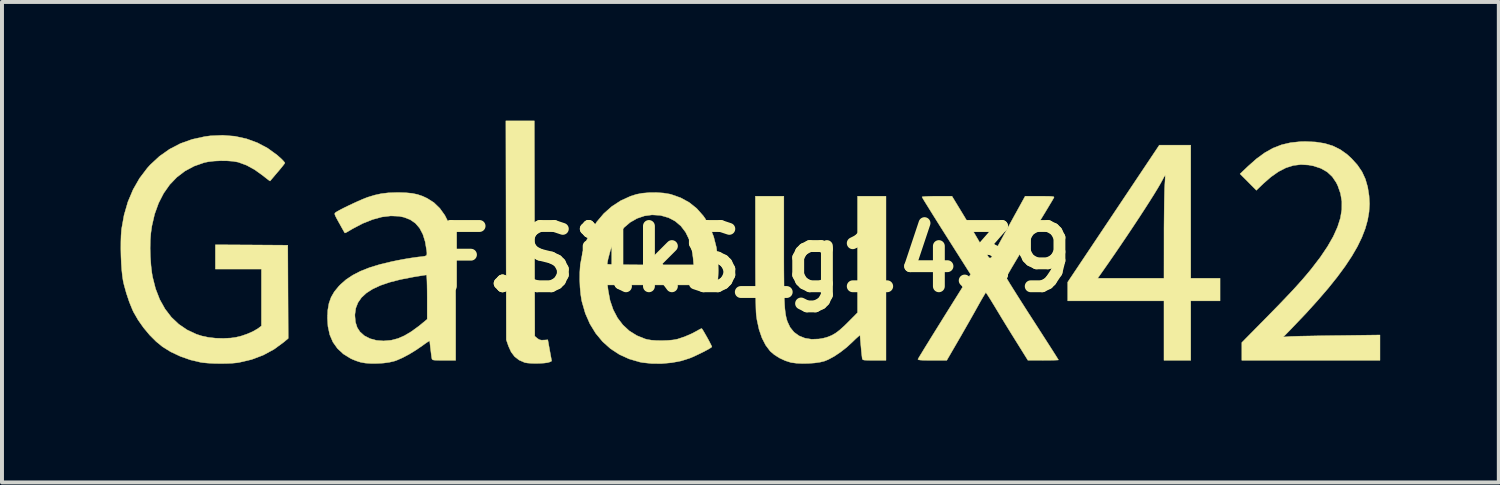
<source format=kicad_pcb>
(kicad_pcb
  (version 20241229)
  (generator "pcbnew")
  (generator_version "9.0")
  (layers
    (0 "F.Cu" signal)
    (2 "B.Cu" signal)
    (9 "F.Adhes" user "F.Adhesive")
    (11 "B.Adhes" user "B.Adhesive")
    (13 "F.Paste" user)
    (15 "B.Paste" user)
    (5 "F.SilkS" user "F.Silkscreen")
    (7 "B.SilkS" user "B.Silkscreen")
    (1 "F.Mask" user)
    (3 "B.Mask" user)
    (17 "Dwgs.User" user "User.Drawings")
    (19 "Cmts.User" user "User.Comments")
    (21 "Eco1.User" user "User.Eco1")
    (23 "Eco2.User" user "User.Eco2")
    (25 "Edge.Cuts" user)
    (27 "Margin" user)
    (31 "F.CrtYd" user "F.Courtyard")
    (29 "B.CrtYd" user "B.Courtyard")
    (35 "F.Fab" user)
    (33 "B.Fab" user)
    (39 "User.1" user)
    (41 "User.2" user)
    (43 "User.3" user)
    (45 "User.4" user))
  (footprint "F.SilkS_g1439"
    (layer "F.Cu")
    (at 16.005 3.498)
    (property "Reference" "F.SilkS_g1439" (at 0 0 0) (layer "F.SilkS") (effects (font (size 1.524 1.524) (thickness 0.3))))
    (attr through_hole)
    (fp_poly (pts (xy -5.541 -0.771) (xy -5.535 1.951) (xy -5.474 2.004) (xy -5.425 2.037) (xy -5.374 2.051) (xy -5.31 2.05) (xy -5.25 2.046) (xy -5.213 2.043) (xy -5.206 2.043) (xy -5.202 2.062) (xy -5.192 2.116) (xy -5.178 2.195) (xy -5.16 2.293) (xy -5.157 2.311) (xy -5.108 2.579) (xy -5.163 2.606) (xy -5.216 2.62) (xy -5.299 2.631) (xy -5.402 2.637) (xy -5.514 2.64) (xy -5.622 2.637) (xy -5.716 2.63) (xy -5.785 2.619) (xy -5.793 2.616) (xy -5.932 2.555) (xy -6.044 2.468) (xy -6.132 2.352) (xy -6.201 2.201) (xy -6.207 2.182) (xy -6.255 2.043) (xy -6.261 -0.725) (xy -6.266 -3.493) (xy -5.546 -3.493) (xy -5.541 -0.771)) (stroke (width 0.01) (type solid)) (fill yes) (layer "F.SilkS"))
    (fp_poly (pts (xy 11.049 0.487) (xy 11.79 0.487) (xy 11.79 1.058) (xy 11.049 1.058) (xy 11.049 2.561) (xy 10.372 2.561) (xy 10.372 1.058) (xy 7.938 1.058) (xy 7.938 0.585) (xy 8.003 0.487) (xy 8.696 0.487) (xy 10.372 0.487) (xy 10.373 -0.566) (xy 10.373 -0.783) (xy 10.375 -0.995) (xy 10.377 -1.197) (xy 10.379 -1.383) (xy 10.382 -1.548) (xy 10.385 -1.687) (xy 10.388 -1.794) (xy 10.392 -1.863) (xy 10.398 -1.959) (xy 10.402 -2.039) (xy 10.404 -2.093) (xy 10.403 -2.113) (xy 10.39 -2.1) (xy 10.365 -2.059) (xy 10.339 -2.009) (xy 10.287 -1.914) (xy 10.214 -1.789) (xy 10.121 -1.636) (xy 10.01 -1.46) (xy 9.885 -1.265) (xy 9.747 -1.053) (xy 9.599 -0.829) (xy 9.444 -0.597) (xy 9.283 -0.359) (xy 9.12 -0.12) (xy 8.956 0.117) (xy 8.795 0.347) (xy 8.789 0.355) (xy 8.696 0.487) (xy 8.003 0.487) (xy 9.096 -1.147) (xy 10.254 -2.879) (xy 11.049 -2.879) (xy 11.049 0.487)) (stroke (width 0.01) (type solid)) (fill yes) (layer "F.SilkS"))
    (fp_poly (pts (xy 14.208 -2.958) (xy 14.436 -2.922) (xy 14.64 -2.86) (xy 14.825 -2.769) (xy 14.997 -2.648) (xy 15.115 -2.54) (xy 15.264 -2.375) (xy 15.379 -2.205) (xy 15.463 -2.023) (xy 15.522 -1.819) (xy 15.557 -1.597) (xy 15.568 -1.395) (xy 15.556 -1.191) (xy 15.52 -0.982) (xy 15.46 -0.768) (xy 15.374 -0.546) (xy 15.262 -0.315) (xy 15.121 -0.072) (xy 14.952 0.183) (xy 14.753 0.453) (xy 14.523 0.74) (xy 14.261 1.044) (xy 13.967 1.369) (xy 13.638 1.714) (xy 13.57 1.785) (xy 13.388 1.972) (xy 13.536 1.96) (xy 13.586 1.957) (xy 13.674 1.955) (xy 13.795 1.951) (xy 13.944 1.948) (xy 14.116 1.945) (xy 14.307 1.941) (xy 14.512 1.938) (xy 14.726 1.935) (xy 14.758 1.935) (xy 15.833 1.921) (xy 15.833 2.561) (xy 12.34 2.561) (xy 12.34 2.111) (xy 12.906 1.537) (xy 13.124 1.315) (xy 13.315 1.119) (xy 13.482 0.944) (xy 13.629 0.789) (xy 13.758 0.647) (xy 13.874 0.517) (xy 13.979 0.394) (xy 14.078 0.275) (xy 14.107 0.239) (xy 14.326 -0.047) (xy 14.507 -0.316) (xy 14.652 -0.569) (xy 14.76 -0.809) (xy 14.832 -1.035) (xy 14.868 -1.251) (xy 14.869 -1.457) (xy 14.835 -1.656) (xy 14.768 -1.848) (xy 14.727 -1.933) (xy 14.626 -2.082) (xy 14.498 -2.201) (xy 14.341 -2.291) (xy 14.154 -2.353) (xy 14.03 -2.376) (xy 13.834 -2.388) (xy 13.644 -2.365) (xy 13.456 -2.306) (xy 13.267 -2.209) (xy 13.075 -2.074) (xy 12.879 -1.902) (xy 12.708 -1.737) (xy 12.502 -1.945) (xy 12.295 -2.152) (xy 12.496 -2.343) (xy 12.711 -2.534) (xy 12.921 -2.687) (xy 13.13 -2.804) (xy 13.346 -2.888) (xy 13.573 -2.941) (xy 13.818 -2.967) (xy 13.949 -2.97) (xy 14.208 -2.958)) (stroke (width 0.01) (type solid)) (fill yes) (layer "F.SilkS"))
    (fp_poly (pts (xy 0.762 -0.259) (xy 0.762 0.043) (xy 0.763 0.307) (xy 0.765 0.535) (xy 0.767 0.73) (xy 0.771 0.897) (xy 0.775 1.038) (xy 0.781 1.157) (xy 0.788 1.257) (xy 0.798 1.341) (xy 0.808 1.413) (xy 0.821 1.476) (xy 0.836 1.534) (xy 0.85 1.579) (xy 0.92 1.728) (xy 1.019 1.85) (xy 1.144 1.941) (xy 1.293 2.001) (xy 1.462 2.029) (xy 1.648 2.022) (xy 1.759 2.003) (xy 1.87 1.972) (xy 1.971 1.931) (xy 2.069 1.875) (xy 2.171 1.798) (xy 2.286 1.695) (xy 2.387 1.596) (xy 2.625 1.356) (xy 2.625 -1.587) (xy 3.344 -1.587) (xy 3.344 2.561) (xy 3.048 2.561) (xy 2.931 2.561) (xy 2.85 2.559) (xy 2.797 2.556) (xy 2.766 2.549) (xy 2.751 2.537) (xy 2.744 2.521) (xy 2.743 2.514) (xy 2.738 2.478) (xy 2.73 2.41) (xy 2.721 2.322) (xy 2.712 2.222) (xy 2.703 2.123) (xy 2.695 2.033) (xy 2.69 1.965) (xy 2.688 1.929) (xy 2.674 1.934) (xy 2.637 1.965) (xy 2.58 2.016) (xy 2.511 2.083) (xy 2.503 2.091) (xy 2.354 2.229) (xy 2.195 2.353) (xy 2.036 2.46) (xy 1.886 2.541) (xy 1.789 2.581) (xy 1.679 2.608) (xy 1.541 2.628) (xy 1.387 2.639) (xy 1.23 2.642) (xy 1.083 2.635) (xy 0.958 2.619) (xy 0.937 2.615) (xy 0.796 2.57) (xy 0.652 2.503) (xy 0.521 2.42) (xy 0.417 2.331) (xy 0.415 2.329) (xy 0.303 2.18) (xy 0.209 1.997) (xy 0.135 1.782) (xy 0.082 1.539) (xy 0.064 1.408) (xy 0.06 1.351) (xy 0.056 1.255) (xy 0.053 1.124) (xy 0.05 0.962) (xy 0.047 0.773) (xy 0.045 0.56) (xy 0.044 0.326) (xy 0.043 0.076) (xy 0.043 -0.185) (xy 0.042 -1.587) (xy 0.762 -1.587) (xy 0.762 -0.259)) (stroke (width 0.01) (type solid)) (fill yes) (layer "F.SilkS"))
    (fp_poly (pts (xy -2.284 -1.668) (xy -2.125 -1.642) (xy -2.086 -1.632) (xy -1.845 -1.547) (xy -1.63 -1.429) (xy -1.441 -1.278) (xy -1.278 -1.094) (xy -1.23 -1.027) (xy -1.108 -0.809) (xy -1.012 -0.562) (xy -0.944 -0.293) (xy -0.905 -0.005) (xy -0.895 0.294) (xy -0.9 0.418) (xy -0.914 0.656) (xy -3.697 0.656) (xy -3.68 0.792) (xy -3.632 1.049) (xy -3.552 1.282) (xy -3.443 1.49) (xy -3.306 1.669) (xy -3.143 1.819) (xy -2.955 1.936) (xy -2.745 2.02) (xy -2.688 2.035) (xy -2.587 2.052) (xy -2.458 2.061) (xy -2.314 2.063) (xy -2.17 2.058) (xy -2.039 2.046) (xy -1.934 2.027) (xy -1.928 2.025) (xy -1.75 1.966) (xy -1.565 1.886) (xy -1.433 1.816) (xy -1.375 1.783) (xy -1.331 1.762) (xy -1.316 1.757) (xy -1.301 1.774) (xy -1.272 1.82) (xy -1.233 1.887) (xy -1.189 1.964) (xy -1.144 2.045) (xy -1.105 2.119) (xy -1.075 2.179) (xy -1.059 2.215) (xy -1.058 2.22) (xy -1.076 2.237) (xy -1.125 2.268) (xy -1.197 2.308) (xy -1.285 2.354) (xy -1.381 2.401) (xy -1.478 2.447) (xy -1.567 2.487) (xy -1.619 2.508) (xy -1.833 2.576) (xy -2.072 2.621) (xy -2.323 2.644) (xy -2.573 2.643) (xy -2.81 2.618) (xy -2.879 2.605) (xy -3.148 2.527) (xy -3.396 2.414) (xy -3.621 2.267) (xy -3.821 2.088) (xy -3.995 1.878) (xy -4.141 1.64) (xy -4.257 1.376) (xy -4.341 1.086) (xy -4.35 1.048) (xy -4.374 0.894) (xy -4.391 0.714) (xy -4.399 0.522) (xy -4.397 0.335) (xy -4.386 0.166) (xy -4.382 0.135) (xy -4.381 0.128) (xy -3.704 0.128) (xy -3.683 0.133) (xy -3.622 0.137) (xy -3.523 0.14) (xy -3.387 0.143) (xy -3.218 0.145) (xy -3.016 0.147) (xy -2.785 0.148) (xy -2.611 0.148) (xy -1.518 0.148) (xy -1.533 -0.031) (xy -1.568 -0.277) (xy -1.632 -0.493) (xy -1.722 -0.678) (xy -1.84 -0.833) (xy -1.983 -0.955) (xy -2.151 -1.044) (xy -2.343 -1.099) (xy -2.368 -1.104) (xy -2.571 -1.116) (xy -2.767 -1.089) (xy -2.953 -1.025) (xy -3.125 -0.926) (xy -3.28 -0.794) (xy -3.417 -0.632) (xy -3.532 -0.441) (xy -3.622 -0.226) (xy -3.681 -0.004) (xy -3.694 0.062) (xy -3.702 0.112) (xy -3.704 0.128) (xy -4.381 0.128) (xy -4.326 -0.166) (xy -4.237 -0.447) (xy -4.116 -0.706) (xy -3.966 -0.941) (xy -3.79 -1.149) (xy -3.588 -1.328) (xy -3.362 -1.475) (xy -3.116 -1.587) (xy -2.966 -1.635) (xy -2.818 -1.663) (xy -2.646 -1.678) (xy -2.462 -1.68) (xy -2.284 -1.668)) (stroke (width 0.01) (type solid)) (fill yes) (layer "F.SilkS"))
    (fp_poly (pts (xy -13.118 -3.104) (xy -12.825 -3.04) (xy -12.548 -2.939) (xy -12.288 -2.801) (xy -12.048 -2.627) (xy -11.943 -2.533) (xy -11.895 -2.484) (xy -11.862 -2.445) (xy -11.853 -2.428) (xy -11.866 -2.406) (xy -11.902 -2.359) (xy -11.955 -2.293) (xy -12.021 -2.214) (xy -12.038 -2.195) (xy -12.106 -2.115) (xy -12.163 -2.047) (xy -12.205 -1.998) (xy -12.225 -1.974) (xy -12.227 -1.972) (xy -12.244 -1.981) (xy -12.287 -2.013) (xy -12.349 -2.061) (xy -12.413 -2.112) (xy -12.618 -2.259) (xy -12.823 -2.371) (xy -13.025 -2.445) (xy -13.039 -2.449) (xy -13.163 -2.471) (xy -13.314 -2.482) (xy -13.478 -2.484) (xy -13.643 -2.476) (xy -13.794 -2.458) (xy -13.893 -2.437) (xy -14.147 -2.348) (xy -14.377 -2.225) (xy -14.583 -2.068) (xy -14.764 -1.88) (xy -14.919 -1.66) (xy -15.046 -1.412) (xy -15.146 -1.135) (xy -15.216 -0.832) (xy -15.241 -0.655) (xy -15.255 -0.475) (xy -15.259 -0.269) (xy -15.253 -0.053) (xy -15.238 0.16) (xy -15.215 0.354) (xy -15.198 0.453) (xy -15.122 0.752) (xy -15.017 1.022) (xy -14.884 1.261) (xy -14.724 1.47) (xy -14.537 1.647) (xy -14.326 1.791) (xy -14.089 1.902) (xy -13.949 1.947) (xy -13.787 1.981) (xy -13.602 2.002) (xy -13.408 2.007) (xy -13.221 1.998) (xy -13.092 1.98) (xy -12.95 1.945) (xy -12.803 1.894) (xy -12.665 1.834) (xy -12.551 1.769) (xy -12.516 1.745) (xy -12.446 1.691) (xy -12.446 0.254) (xy -13.61 0.254) (xy -13.61 -0.36) (xy -12.695 -0.355) (xy -11.779 -0.349) (xy -11.774 0.829) (xy -11.768 2.007) (xy -11.88 2.101) (xy -12.13 2.284) (xy -12.402 2.431) (xy -12.694 2.541) (xy -13.005 2.614) (xy -13.07 2.624) (xy -13.185 2.635) (xy -13.328 2.641) (xy -13.486 2.643) (xy -13.647 2.64) (xy -13.797 2.632) (xy -13.925 2.62) (xy -13.981 2.612) (xy -14.24 2.551) (xy -14.496 2.461) (xy -14.737 2.348) (xy -14.944 2.22) (xy -15.107 2.087) (xy -15.271 1.923) (xy -15.426 1.737) (xy -15.564 1.541) (xy -15.677 1.345) (xy -15.706 1.283) (xy -15.787 1.084) (xy -15.861 0.863) (xy -15.922 0.642) (xy -15.942 0.553) (xy -15.96 0.436) (xy -15.976 0.286) (xy -15.988 0.115) (xy -15.996 -0.07) (xy -16 -0.256) (xy -15.999 -0.436) (xy -15.994 -0.598) (xy -15.984 -0.732) (xy -15.982 -0.755) (xy -15.918 -1.112) (xy -15.821 -1.446) (xy -15.69 -1.756) (xy -15.527 -2.041) (xy -15.331 -2.299) (xy -15.256 -2.382) (xy -15.024 -2.597) (xy -14.77 -2.776) (xy -14.495 -2.919) (xy -14.198 -3.025) (xy -13.879 -3.095) (xy -13.738 -3.114) (xy -13.423 -3.128) (xy -13.118 -3.104)) (stroke (width 0.01) (type solid)) (fill yes) (layer "F.SilkS"))
    (fp_poly (pts (xy 7.367 -1.587) (xy 7.464 -1.586) (xy 7.53 -1.582) (xy 7.57 -1.577) (xy 7.589 -1.57) (xy 7.592 -1.559) (xy 7.591 -1.555) (xy 7.578 -1.532) (xy 7.545 -1.475) (xy 7.494 -1.39) (xy 7.427 -1.278) (xy 7.346 -1.144) (xy 7.253 -0.992) (xy 7.151 -0.823) (xy 7.041 -0.643) (xy 6.981 -0.545) (xy 6.869 -0.359) (xy 6.763 -0.184) (xy 6.666 -0.023) (xy 6.58 0.121) (xy 6.507 0.244) (xy 6.45 0.344) (xy 6.409 0.416) (xy 6.388 0.457) (xy 6.385 0.466) (xy 6.396 0.489) (xy 6.428 0.544) (xy 6.479 0.629) (xy 6.548 0.739) (xy 6.631 0.871) (xy 6.727 1.023) (xy 6.834 1.191) (xy 6.949 1.371) (xy 7.045 1.519) (xy 7.166 1.707) (xy 7.279 1.883) (xy 7.384 2.046) (xy 7.477 2.191) (xy 7.557 2.316) (xy 7.622 2.418) (xy 7.669 2.493) (xy 7.697 2.539) (xy 7.705 2.551) (xy 7.685 2.554) (xy 7.629 2.557) (xy 7.544 2.559) (xy 7.437 2.56) (xy 7.318 2.561) (xy 6.932 2.56) (xy 6.628 2.073) (xy 6.536 1.925) (xy 6.44 1.77) (xy 6.346 1.617) (xy 6.26 1.477) (xy 6.188 1.357) (xy 6.151 1.296) (xy 6.087 1.19) (xy 6.026 1.09) (xy 5.974 1.005) (xy 5.935 0.944) (xy 5.923 0.925) (xy 5.868 0.844) (xy 5.794 0.967) (xy 5.753 1.037) (xy 5.7 1.131) (xy 5.642 1.235) (xy 5.599 1.312) (xy 5.554 1.392) (xy 5.493 1.5) (xy 5.419 1.63) (xy 5.337 1.773) (xy 5.252 1.922) (xy 5.179 2.048) (xy 4.881 2.561) (xy 4.513 2.561) (xy 4.376 2.561) (xy 4.277 2.559) (xy 4.21 2.555) (xy 4.171 2.549) (xy 4.154 2.54) (xy 4.152 2.533) (xy 4.165 2.51) (xy 4.197 2.455) (xy 4.249 2.371) (xy 4.316 2.26) (xy 4.399 2.126) (xy 4.493 1.973) (xy 4.599 1.803) (xy 4.713 1.62) (xy 4.821 1.446) (xy 5.483 0.387) (xy 4.869 -0.582) (xy 4.753 -0.765) (xy 4.644 -0.938) (xy 4.545 -1.096) (xy 4.457 -1.237) (xy 4.382 -1.358) (xy 4.322 -1.454) (xy 4.28 -1.524) (xy 4.258 -1.563) (xy 4.255 -1.57) (xy 4.275 -1.575) (xy 4.33 -1.58) (xy 4.415 -1.584) (xy 4.522 -1.587) (xy 4.634 -1.587) (xy 5.013 -1.587) (xy 5.318 -1.085) (xy 5.402 -0.944) (xy 5.484 -0.808) (xy 5.56 -0.682) (xy 5.624 -0.572) (xy 5.674 -0.487) (xy 5.704 -0.434) (xy 5.759 -0.338) (xy 5.823 -0.23) (xy 5.88 -0.139) (xy 5.913 -0.085) (xy 5.939 -0.047) (xy 5.962 -0.025) (xy 5.984 -0.024) (xy 6.01 -0.046) (xy 6.043 -0.095) (xy 6.087 -0.171) (xy 6.146 -0.28) (xy 6.206 -0.392) (xy 6.27 -0.509) (xy 6.348 -0.653) (xy 6.434 -0.81) (xy 6.522 -0.97) (xy 6.605 -1.122) (xy 6.62 -1.148) (xy 6.862 -1.588) (xy 7.233 -1.588) (xy 7.367 -1.587)) (stroke (width 0.01) (type solid)) (fill yes) (layer "F.SilkS"))
    (fp_poly (pts (xy -8.79 -1.675) (xy -8.636 -1.66) (xy -8.501 -1.632) (xy -8.373 -1.589) (xy -8.255 -1.534) (xy -8.085 -1.426) (xy -7.936 -1.282) (xy -7.809 -1.105) (xy -7.704 -0.898) (xy -7.624 -0.663) (xy -7.57 -0.404) (xy -7.558 -0.31) (xy -7.553 -0.245) (xy -7.549 -0.141) (xy -7.545 -0.001) (xy -7.542 0.173) (xy -7.539 0.377) (xy -7.537 0.609) (xy -7.536 0.864) (xy -7.535 1.141) (xy -7.535 1.227) (xy -7.535 2.561) (xy -7.831 2.561) (xy -7.948 2.561) (xy -8.03 2.559) (xy -8.083 2.556) (xy -8.113 2.549) (xy -8.129 2.537) (xy -8.136 2.521) (xy -8.137 2.514) (xy -8.144 2.476) (xy -8.153 2.409) (xy -8.163 2.326) (xy -8.174 2.238) (xy -8.183 2.158) (xy -8.189 2.097) (xy -8.191 2.069) (xy -8.207 2.075) (xy -8.25 2.101) (xy -8.313 2.144) (xy -8.377 2.191) (xy -8.542 2.304) (xy -8.712 2.408) (xy -8.878 2.496) (xy -9.029 2.562) (xy -9.091 2.583) (xy -9.212 2.611) (xy -9.358 2.631) (xy -9.516 2.64) (xy -9.674 2.641) (xy -9.819 2.631) (xy -9.937 2.61) (xy -9.948 2.607) (xy -10.041 2.577) (xy -10.136 2.54) (xy -10.193 2.513) (xy -10.376 2.4) (xy -10.524 2.262) (xy -10.638 2.101) (xy -10.718 1.915) (xy -10.764 1.703) (xy -10.777 1.492) (xy -10.774 1.43) (xy -10.083 1.43) (xy -10.068 1.597) (xy -10.023 1.736) (xy -9.954 1.841) (xy -9.842 1.941) (xy -9.701 2.013) (xy -9.538 2.057) (xy -9.358 2.071) (xy -9.166 2.054) (xy -9.153 2.051) (xy -8.993 2.009) (xy -8.83 1.938) (xy -8.658 1.836) (xy -8.472 1.701) (xy -8.398 1.641) (xy -8.255 1.523) (xy -8.255 0.963) (xy -8.256 0.806) (xy -8.258 0.669) (xy -8.261 0.554) (xy -8.265 0.469) (xy -8.27 0.417) (xy -8.274 0.402) (xy -8.301 0.406) (xy -8.361 0.415) (xy -8.448 0.429) (xy -8.554 0.446) (xy -8.613 0.456) (xy -8.927 0.517) (xy -9.201 0.587) (xy -9.436 0.667) (xy -9.633 0.758) (xy -9.792 0.86) (xy -9.916 0.974) (xy -10.005 1.102) (xy -10.06 1.242) (xy -10.082 1.397) (xy -10.083 1.43) (xy -10.774 1.43) (xy -10.768 1.291) (xy -10.738 1.119) (xy -10.684 0.967) (xy -10.603 0.827) (xy -10.49 0.689) (xy -10.446 0.644) (xy -10.304 0.519) (xy -10.136 0.408) (xy -9.94 0.307) (xy -9.712 0.217) (xy -9.45 0.137) (xy -9.15 0.065) (xy -8.89 0.013) (xy -8.77 -0.008) (xy -8.652 -0.027) (xy -8.547 -0.042) (xy -8.471 -0.052) (xy -8.467 -0.052) (xy -8.37 -0.063) (xy -8.309 -0.073) (xy -8.275 -0.09) (xy -8.263 -0.118) (xy -8.263 -0.163) (xy -8.268 -0.208) (xy -8.305 -0.434) (xy -8.364 -0.624) (xy -8.446 -0.78) (xy -8.553 -0.904) (xy -8.685 -0.995) (xy -8.843 -1.056) (xy -8.964 -1.081) (xy -9.174 -1.09) (xy -9.399 -1.063) (xy -9.638 -0.998) (xy -9.888 -0.898) (xy -10.146 -0.762) (xy -10.208 -0.725) (xy -10.27 -0.688) (xy -10.316 -0.664) (xy -10.337 -0.658) (xy -10.337 -0.658) (xy -10.35 -0.679) (xy -10.379 -0.729) (xy -10.42 -0.802) (xy -10.469 -0.891) (xy -10.478 -0.906) (xy -10.532 -1.004) (xy -10.567 -1.071) (xy -10.587 -1.116) (xy -10.592 -1.144) (xy -10.586 -1.162) (xy -10.571 -1.176) (xy -10.527 -1.204) (xy -10.452 -1.245) (xy -10.355 -1.295) (xy -10.242 -1.35) (xy -10.123 -1.406) (xy -10.005 -1.46) (xy -9.895 -1.508) (xy -9.803 -1.545) (xy -9.758 -1.562) (xy -9.584 -1.615) (xy -9.416 -1.652) (xy -9.238 -1.673) (xy -9.038 -1.68) (xy -8.975 -1.681) (xy -8.79 -1.675)) (stroke (width 0.01) (type solid)) (fill yes) (layer "F.SilkS")))
  (gr_rect
    (start -3 -3)
    (end 34.842 9.147)
    (stroke (width 0.1) (type default))
    (fill no)
    (layer "Edge.Cuts")))
</source>
